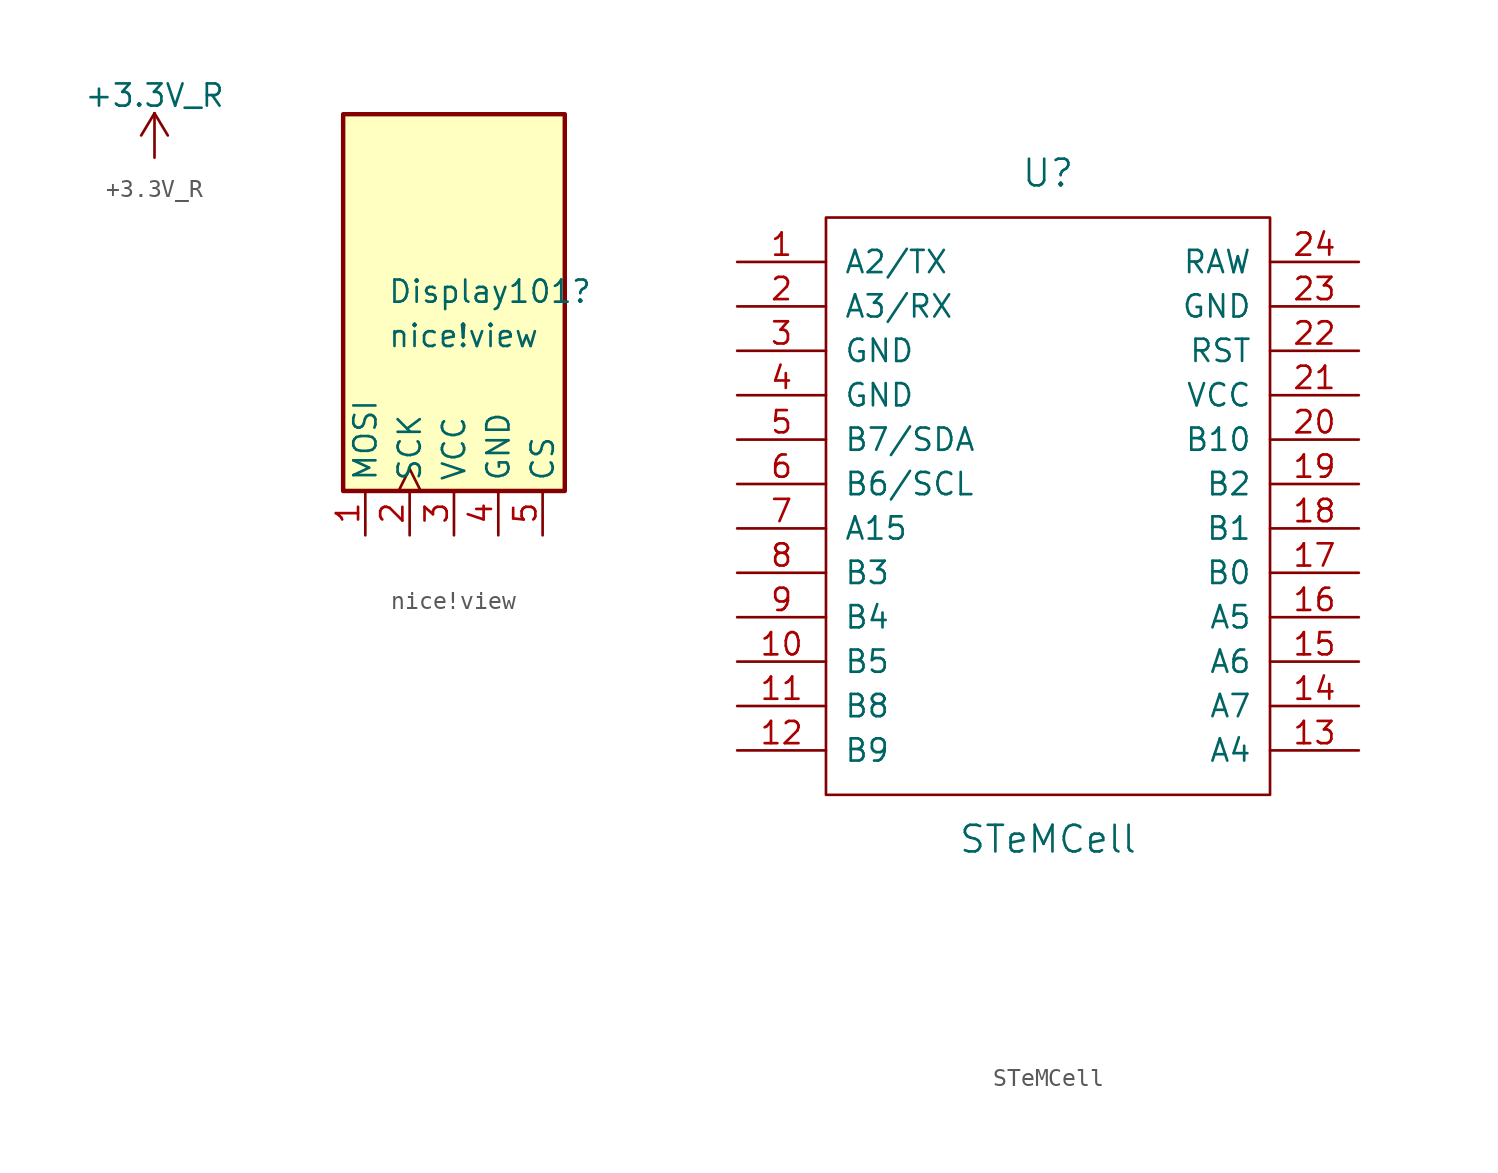
<source format=kicad_sym>
(kicad_symbol_lib
  (version 20220914)
  (generator kicad_symbol_editor)
  (symbol "+3.3V_R"
    (power)
    (pin_names
      (offset 0))
    (property "Reference" "#PWR"
      (at 0 -3.81 0)
      (effects (font (size 1.27 1.27)) hide))
    (property "Value" "+3.3V_R"
      (at 0 3.556 0)
      (effects (font (size 1.27 1.27))))
    (symbol "+3.3V_R_0_1"
      (polyline (pts (xy -0.762 1.27) (xy 0 2.54)) (stroke (width 0) (type default)) (fill (type none)))
      (polyline (pts (xy 0 0) (xy 0 2.54)) (stroke (width 0) (type default)) (fill (type none)))
      (polyline (pts (xy 0 2.54) (xy 0.762 1.27)) (stroke (width 0) (type default)) (fill (type none))))
    (symbol "+3.3V_R_1_1"
      (pin power_in line (at 0 0 90) (length 0) hide (name "+3.3V_R" (effects (font (size 1.27 1.27)))) (number "1" (effects (font (size 1.27 1.27)))))))
  (symbol "nice!view"
    (property "Reference" "Display101"
      (at -3.81 1.267 0)
      (effects (font (size 1.27 1.27)) (justify left)))
    (property "Value" "nice!view"
      (at -3.81 -1.27 0)
      (effects (font (size 1.27 1.27)) (justify left)))
    (symbol "nice!view_0_1"
      (rectangle (start -6.35 11.43) (end 6.35 -10.16) (stroke (width 0.254) (type default)) (fill (type background))))
    (symbol "nice!view_1_1"
      (pin input line (at -5.08 -12.7 90) (length 2.54) (name "MOSI" (effects (font (size 1.27 1.27)))) (number "1" (effects (font (size 1.27 1.27)))))
      (pin input clock (at -2.54 -12.7 90) (length 2.54) (name "SCK" (effects (font (size 1.27 1.27)))) (number "2" (effects (font (size 1.27 1.27)))))
      (pin power_in line (at 0 -12.7 90) (length 2.54) (name "VCC" (effects (font (size 1.27 1.27)))) (number "3" (effects (font (size 1.27 1.27)))))
      (pin power_in line (at 2.54 -12.7 90) (length 2.54) (name "GND" (effects (font (size 1.27 1.27)))) (number "4" (effects (font (size 1.27 1.27)))))
      (pin passive line (at 5.08 -12.7 90) (length 2.54) (name "CS" (effects (font (size 1.27 1.27)))) (number "5" (effects (font (size 1.27 1.27)))))))
  (symbol "STeMCell"
    (pin_names
      (offset 1.016))
    (property "Reference" "U"
      (at 0 19.05 0)
      (effects (font (size 1.524 1.524))))
    (property "Value" "STeMCell"
      (at 0 -19.05 0)
      (effects (font (size 1.524 1.524))))
    (property "Footprint" ""
      (at 2.54 -26.67 0)
      (effects (font (size 1.524 1.524))))
    (property "Datasheet" ""
      (at 2.54 -26.67 0)
      (effects (font (size 1.524 1.524))))
    (symbol "STeMCell_0_1"
      (rectangle (start -12.7 16.51) (end 12.7 -16.51) (stroke (width 0) (type default)) (fill (type none))))
    (symbol "STeMCell_1_1"
      (pin bidirectional line (at -17.78 13.97 0) (length 5.08) (name "A2/TX" (effects (font (size 1.27 1.27)))) (number "1" (effects (font (size 1.27 1.27)))))
      (pin bidirectional line (at -17.78 -8.89 0) (length 5.08) (name "B5" (effects (font (size 1.27 1.27)))) (number "10" (effects (font (size 1.27 1.27)))))
      (pin bidirectional line (at -17.78 -11.43 0) (length 5.08) (name "B8" (effects (font (size 1.27 1.27)))) (number "11" (effects (font (size 1.27 1.27)))))
      (pin bidirectional line (at -17.78 -13.97 0) (length 5.08) (name "B9" (effects (font (size 1.27 1.27)))) (number "12" (effects (font (size 1.27 1.27)))))
      (pin bidirectional line (at 17.78 -13.97 180) (length 5.08) (name "A4" (effects (font (size 1.27 1.27)))) (number "13" (effects (font (size 1.27 1.27)))))
      (pin bidirectional line (at 17.78 -11.43 180) (length 5.08) (name "A7" (effects (font (size 1.27 1.27)))) (number "14" (effects (font (size 1.27 1.27)))))
      (pin bidirectional line (at 17.78 -8.89 180) (length 5.08) (name "A6" (effects (font (size 1.27 1.27)))) (number "15" (effects (font (size 1.27 1.27)))))
      (pin bidirectional line (at 17.78 -6.35 180) (length 5.08) (name "A5" (effects (font (size 1.27 1.27)))) (number "16" (effects (font (size 1.27 1.27)))))
      (pin bidirectional line (at 17.78 -3.81 180) (length 5.08) (name "B0" (effects (font (size 1.27 1.27)))) (number "17" (effects (font (size 1.27 1.27)))))
      (pin bidirectional line (at 17.78 -1.27 180) (length 5.08) (name "B1" (effects (font (size 1.27 1.27)))) (number "18" (effects (font (size 1.27 1.27)))))
      (pin bidirectional line (at 17.78 1.27 180) (length 5.08) (name "B2" (effects (font (size 1.27 1.27)))) (number "19" (effects (font (size 1.27 1.27)))))
      (pin bidirectional line (at -17.78 11.43 0) (length 5.08) (name "A3/RX" (effects (font (size 1.27 1.27)))) (number "2" (effects (font (size 1.27 1.27)))))
      (pin bidirectional line (at 17.78 3.81 180) (length 5.08) (name "B10" (effects (font (size 1.27 1.27)))) (number "20" (effects (font (size 1.27 1.27)))))
      (pin power_in line (at 17.78 6.35 180) (length 5.08) (name "VCC" (effects (font (size 1.27 1.27)))) (number "21" (effects (font (size 1.27 1.27)))))
      (pin input line (at 17.78 8.89 180) (length 5.08) (name "RST" (effects (font (size 1.27 1.27)))) (number "22" (effects (font (size 1.27 1.27)))))
      (pin power_in line (at 17.78 11.43 180) (length 5.08) (name "GND" (effects (font (size 1.27 1.27)))) (number "23" (effects (font (size 1.27 1.27)))))
      (pin power_out line (at 17.78 13.97 180) (length 5.08) (name "RAW" (effects (font (size 1.27 1.27)))) (number "24" (effects (font (size 1.27 1.27)))))
      (pin power_in line (at -17.78 8.89 0) (length 5.08) (name "GND" (effects (font (size 1.27 1.27)))) (number "3" (effects (font (size 1.27 1.27)))))
      (pin power_in line (at -17.78 6.35 0) (length 5.08) (name "GND" (effects (font (size 1.27 1.27)))) (number "4" (effects (font (size 1.27 1.27)))))
      (pin bidirectional line (at -17.78 3.81 0) (length 5.08) (name "B7/SDA" (effects (font (size 1.27 1.27)))) (number "5" (effects (font (size 1.27 1.27)))))
      (pin bidirectional line (at -17.78 1.27 0) (length 5.08) (name "B6/SCL" (effects (font (size 1.27 1.27)))) (number "6" (effects (font (size 1.27 1.27)))))
      (pin bidirectional line (at -17.78 -1.27 0) (length 5.08) (name "A15" (effects (font (size 1.27 1.27)))) (number "7" (effects (font (size 1.27 1.27)))))
      (pin bidirectional line (at -17.78 -3.81 0) (length 5.08) (name "B3" (effects (font (size 1.27 1.27)))) (number "8" (effects (font (size 1.27 1.27)))))
      (pin bidirectional line (at -17.78 -6.35 0) (length 5.08) (name "B4" (effects (font (size 1.27 1.27)))) (number "9" (effects (font (size 1.27 1.27))))))))
</source>
